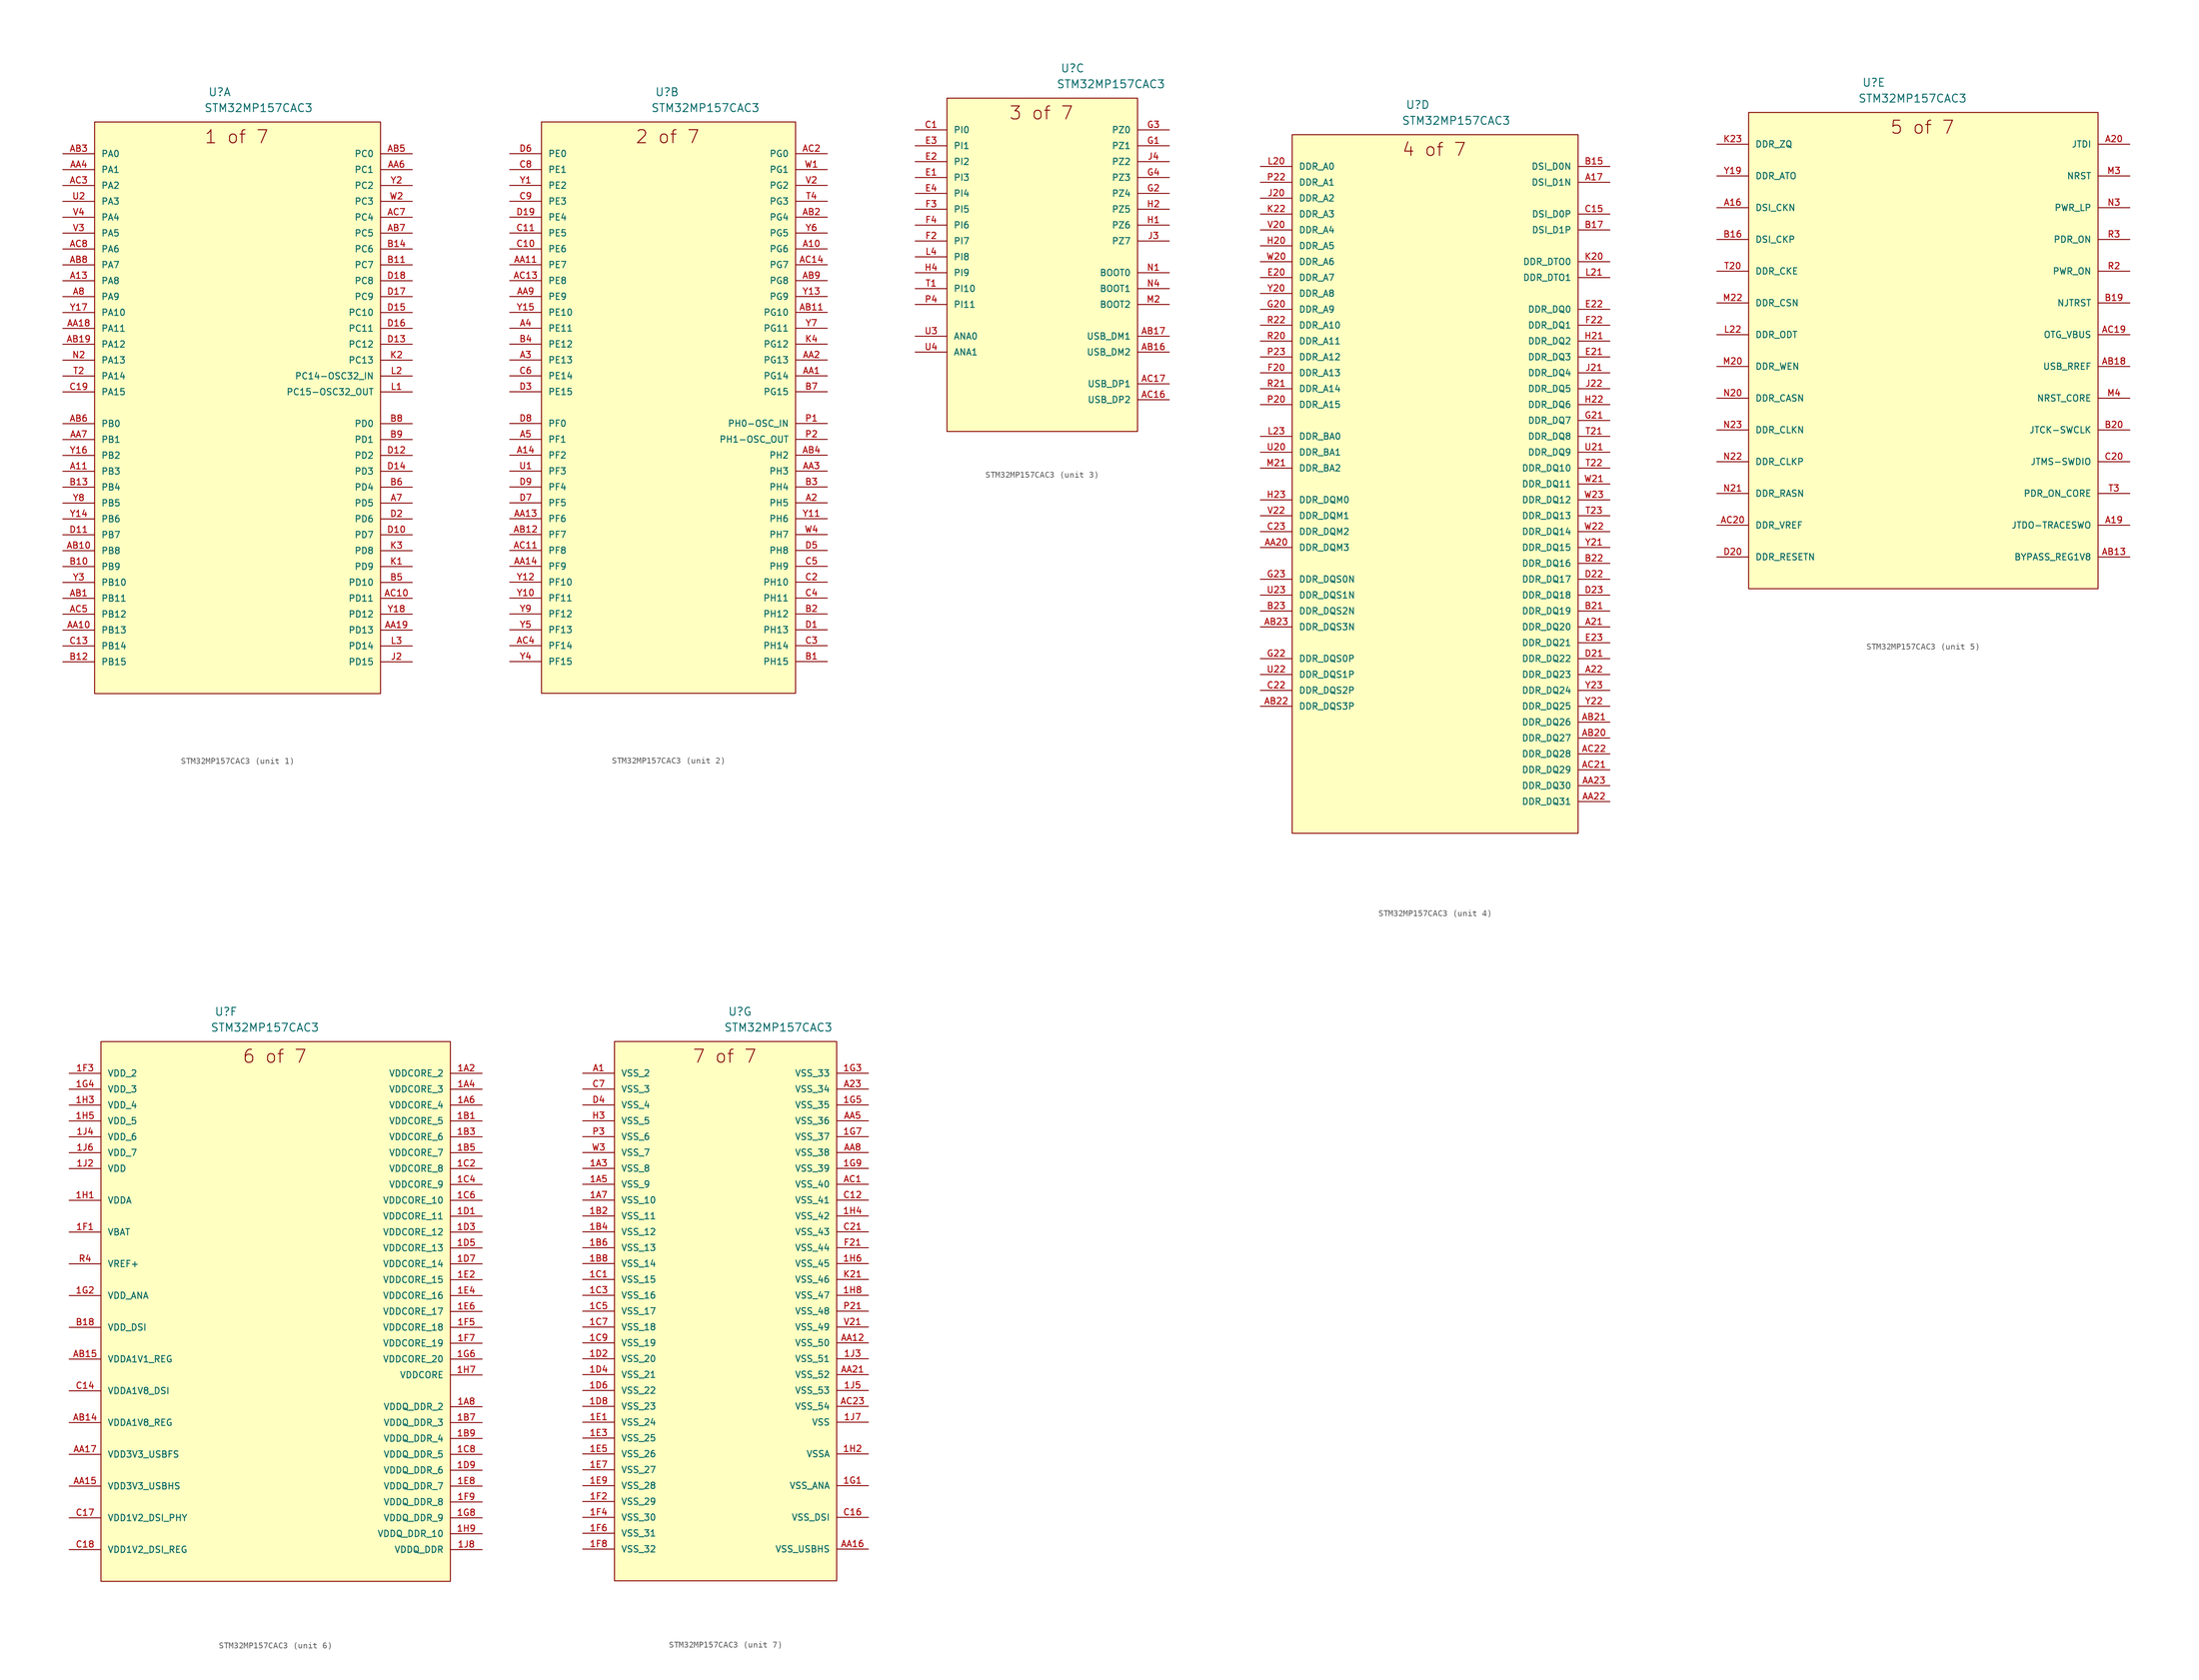
<source format=kicad_sym>
(kicad_symbol_lib
  (version 20211014)
  (generator kicad_symbol_editor)
  (symbol "STM32MP157CAC3"
    (pin_names
      (offset 1.016))
    (property "Reference" "U"
      (at 25.756 9.119 0.0)
      (effects (font (size 1.27 1.27)) (justify bottom left)))
    (property "Value" "STM32MP157CAC3"
      (at 25.121 6.579 0.0)
      (effects (font (size 1.27 1.27)) (justify bottom left)))
    (symbol "STM32MP157CAC3_1_0"
      (text "1 of 7" (at 25.121 1.499 0) (effects (font (size 2.083 2.083)) (justify bottom left)))
      (rectangle (start 7.62 -86.36) (end 53.34 5.08) (stroke (width 0.152)) (fill (type background)))
      (pin bidirectional line (at 2.54 0.0 0) (length 5.08) (name "PA0" (effects (font (size 1.016 1.016)))) (number "AB3" (effects (font (size 1.016 1.016)))))
      (pin bidirectional line (at 2.54 -2.54 0) (length 5.08) (name "PA1" (effects (font (size 1.016 1.016)))) (number "AA4" (effects (font (size 1.016 1.016)))))
      (pin bidirectional line (at 2.54 -5.08 0) (length 5.08) (name "PA2" (effects (font (size 1.016 1.016)))) (number "AC3" (effects (font (size 1.016 1.016)))))
      (pin bidirectional line (at 2.54 -7.62 0) (length 5.08) (name "PA3" (effects (font (size 1.016 1.016)))) (number "U2" (effects (font (size 1.016 1.016)))))
      (pin bidirectional line (at 2.54 -10.16 0) (length 5.08) (name "PA4" (effects (font (size 1.016 1.016)))) (number "V4" (effects (font (size 1.016 1.016)))))
      (pin bidirectional line (at 2.54 -12.7 0) (length 5.08) (name "PA5" (effects (font (size 1.016 1.016)))) (number "V3" (effects (font (size 1.016 1.016)))))
      (pin bidirectional line (at 2.54 -15.24 0) (length 5.08) (name "PA6" (effects (font (size 1.016 1.016)))) (number "AC8" (effects (font (size 1.016 1.016)))))
      (pin bidirectional line (at 2.54 -17.78 0) (length 5.08) (name "PA7" (effects (font (size 1.016 1.016)))) (number "AB8" (effects (font (size 1.016 1.016)))))
      (pin bidirectional line (at 2.54 -20.32 0) (length 5.08) (name "PA8" (effects (font (size 1.016 1.016)))) (number "A13" (effects (font (size 1.016 1.016)))))
      (pin bidirectional line (at 2.54 -22.86 0) (length 5.08) (name "PA9" (effects (font (size 1.016 1.016)))) (number "A8" (effects (font (size 1.016 1.016)))))
      (pin bidirectional line (at 2.54 -25.4 0) (length 5.08) (name "PA10" (effects (font (size 1.016 1.016)))) (number "Y17" (effects (font (size 1.016 1.016)))))
      (pin bidirectional line (at 2.54 -27.94 0) (length 5.08) (name "PA11" (effects (font (size 1.016 1.016)))) (number "AA18" (effects (font (size 1.016 1.016)))))
      (pin bidirectional line (at 2.54 -30.48 0) (length 5.08) (name "PA12" (effects (font (size 1.016 1.016)))) (number "AB19" (effects (font (size 1.016 1.016)))))
      (pin bidirectional line (at 2.54 -33.02 0) (length 5.08) (name "PA13" (effects (font (size 1.016 1.016)))) (number "N2" (effects (font (size 1.016 1.016)))))
      (pin bidirectional line (at 2.54 -35.56 0) (length 5.08) (name "PA14" (effects (font (size 1.016 1.016)))) (number "T2" (effects (font (size 1.016 1.016)))))
      (pin bidirectional line (at 2.54 -38.1 0) (length 5.08) (name "PA15" (effects (font (size 1.016 1.016)))) (number "C19" (effects (font (size 1.016 1.016)))))
      (pin bidirectional line (at 2.54 -43.18 0) (length 5.08) (name "PB0" (effects (font (size 1.016 1.016)))) (number "AB6" (effects (font (size 1.016 1.016)))))
      (pin bidirectional line (at 2.54 -45.72 0) (length 5.08) (name "PB1" (effects (font (size 1.016 1.016)))) (number "AA7" (effects (font (size 1.016 1.016)))))
      (pin bidirectional line (at 2.54 -48.26 0) (length 5.08) (name "PB2" (effects (font (size 1.016 1.016)))) (number "Y16" (effects (font (size 1.016 1.016)))))
      (pin bidirectional line (at 2.54 -50.8 0) (length 5.08) (name "PB3" (effects (font (size 1.016 1.016)))) (number "A11" (effects (font (size 1.016 1.016)))))
      (pin bidirectional line (at 2.54 -53.34 0) (length 5.08) (name "PB4" (effects (font (size 1.016 1.016)))) (number "B13" (effects (font (size 1.016 1.016)))))
      (pin bidirectional line (at 2.54 -55.88 0) (length 5.08) (name "PB5" (effects (font (size 1.016 1.016)))) (number "Y8" (effects (font (size 1.016 1.016)))))
      (pin bidirectional line (at 2.54 -58.42 0) (length 5.08) (name "PB6" (effects (font (size 1.016 1.016)))) (number "Y14" (effects (font (size 1.016 1.016)))))
      (pin bidirectional line (at 2.54 -60.96 0) (length 5.08) (name "PB7" (effects (font (size 1.016 1.016)))) (number "D11" (effects (font (size 1.016 1.016)))))
      (pin bidirectional line (at 2.54 -63.5 0) (length 5.08) (name "PB8" (effects (font (size 1.016 1.016)))) (number "AB10" (effects (font (size 1.016 1.016)))))
      (pin bidirectional line (at 2.54 -66.04 0) (length 5.08) (name "PB9" (effects (font (size 1.016 1.016)))) (number "B10" (effects (font (size 1.016 1.016)))))
      (pin bidirectional line (at 2.54 -68.58 0) (length 5.08) (name "PB10" (effects (font (size 1.016 1.016)))) (number "Y3" (effects (font (size 1.016 1.016)))))
      (pin bidirectional line (at 2.54 -71.12 0) (length 5.08) (name "PB11" (effects (font (size 1.016 1.016)))) (number "AB1" (effects (font (size 1.016 1.016)))))
      (pin bidirectional line (at 2.54 -73.66 0) (length 5.08) (name "PB12" (effects (font (size 1.016 1.016)))) (number "AC5" (effects (font (size 1.016 1.016)))))
      (pin bidirectional line (at 2.54 -76.2 0) (length 5.08) (name "PB13" (effects (font (size 1.016 1.016)))) (number "AA10" (effects (font (size 1.016 1.016)))))
      (pin bidirectional line (at 2.54 -78.74 0) (length 5.08) (name "PB14" (effects (font (size 1.016 1.016)))) (number "C13" (effects (font (size 1.016 1.016)))))
      (pin bidirectional line (at 2.54 -81.28 0) (length 5.08) (name "PB15" (effects (font (size 1.016 1.016)))) (number "B12" (effects (font (size 1.016 1.016)))))
      (pin bidirectional line (at 58.42 0.0 180.0) (length 5.08) (name "PC0" (effects (font (size 1.016 1.016)))) (number "AB5" (effects (font (size 1.016 1.016)))))
      (pin bidirectional line (at 58.42 -2.54 180.0) (length 5.08) (name "PC1" (effects (font (size 1.016 1.016)))) (number "AA6" (effects (font (size 1.016 1.016)))))
      (pin bidirectional line (at 58.42 -5.08 180.0) (length 5.08) (name "PC2" (effects (font (size 1.016 1.016)))) (number "Y2" (effects (font (size 1.016 1.016)))))
      (pin bidirectional line (at 58.42 -7.62 180.0) (length 5.08) (name "PC3" (effects (font (size 1.016 1.016)))) (number "W2" (effects (font (size 1.016 1.016)))))
      (pin bidirectional line (at 58.42 -10.16 180.0) (length 5.08) (name "PC4" (effects (font (size 1.016 1.016)))) (number "AC7" (effects (font (size 1.016 1.016)))))
      (pin bidirectional line (at 58.42 -12.7 180.0) (length 5.08) (name "PC5" (effects (font (size 1.016 1.016)))) (number "AB7" (effects (font (size 1.016 1.016)))))
      (pin bidirectional line (at 58.42 -15.24 180.0) (length 5.08) (name "PC6" (effects (font (size 1.016 1.016)))) (number "B14" (effects (font (size 1.016 1.016)))))
      (pin bidirectional line (at 58.42 -17.78 180.0) (length 5.08) (name "PC7" (effects (font (size 1.016 1.016)))) (number "B11" (effects (font (size 1.016 1.016)))))
      (pin bidirectional line (at 58.42 -20.32 180.0) (length 5.08) (name "PC8" (effects (font (size 1.016 1.016)))) (number "D18" (effects (font (size 1.016 1.016)))))
      (pin bidirectional line (at 58.42 -22.86 180.0) (length 5.08) (name "PC9" (effects (font (size 1.016 1.016)))) (number "D17" (effects (font (size 1.016 1.016)))))
      (pin bidirectional line (at 58.42 -25.4 180.0) (length 5.08) (name "PC10" (effects (font (size 1.016 1.016)))) (number "D15" (effects (font (size 1.016 1.016)))))
      (pin bidirectional line (at 58.42 -27.94 180.0) (length 5.08) (name "PC11" (effects (font (size 1.016 1.016)))) (number "D16" (effects (font (size 1.016 1.016)))))
      (pin bidirectional line (at 58.42 -30.48 180.0) (length 5.08) (name "PC12" (effects (font (size 1.016 1.016)))) (number "D13" (effects (font (size 1.016 1.016)))))
      (pin bidirectional line (at 58.42 -33.02 180.0) (length 5.08) (name "PC13" (effects (font (size 1.016 1.016)))) (number "K2" (effects (font (size 1.016 1.016)))))
      (pin bidirectional line (at 58.42 -35.56 180.0) (length 5.08) (name "PC14-OSC32_IN" (effects (font (size 1.016 1.016)))) (number "L2" (effects (font (size 1.016 1.016)))))
      (pin bidirectional line (at 58.42 -38.1 180.0) (length 5.08) (name "PC15-OSC32_OUT" (effects (font (size 1.016 1.016)))) (number "L1" (effects (font (size 1.016 1.016)))))
      (pin bidirectional line (at 58.42 -43.18 180.0) (length 5.08) (name "PD0" (effects (font (size 1.016 1.016)))) (number "B8" (effects (font (size 1.016 1.016)))))
      (pin bidirectional line (at 58.42 -45.72 180.0) (length 5.08) (name "PD1" (effects (font (size 1.016 1.016)))) (number "B9" (effects (font (size 1.016 1.016)))))
      (pin bidirectional line (at 58.42 -48.26 180.0) (length 5.08) (name "PD2" (effects (font (size 1.016 1.016)))) (number "D12" (effects (font (size 1.016 1.016)))))
      (pin bidirectional line (at 58.42 -50.8 180.0) (length 5.08) (name "PD3" (effects (font (size 1.016 1.016)))) (number "D14" (effects (font (size 1.016 1.016)))))
      (pin bidirectional line (at 58.42 -53.34 180.0) (length 5.08) (name "PD4" (effects (font (size 1.016 1.016)))) (number "B6" (effects (font (size 1.016 1.016)))))
      (pin bidirectional line (at 58.42 -55.88 180.0) (length 5.08) (name "PD5" (effects (font (size 1.016 1.016)))) (number "A7" (effects (font (size 1.016 1.016)))))
      (pin bidirectional line (at 58.42 -58.42 180.0) (length 5.08) (name "PD6" (effects (font (size 1.016 1.016)))) (number "D2" (effects (font (size 1.016 1.016)))))
      (pin bidirectional line (at 58.42 -60.96 180.0) (length 5.08) (name "PD7" (effects (font (size 1.016 1.016)))) (number "D10" (effects (font (size 1.016 1.016)))))
      (pin bidirectional line (at 58.42 -63.5 180.0) (length 5.08) (name "PD8" (effects (font (size 1.016 1.016)))) (number "K3" (effects (font (size 1.016 1.016)))))
      (pin bidirectional line (at 58.42 -66.04 180.0) (length 5.08) (name "PD9" (effects (font (size 1.016 1.016)))) (number "K1" (effects (font (size 1.016 1.016)))))
      (pin bidirectional line (at 58.42 -68.58 180.0) (length 5.08) (name "PD10" (effects (font (size 1.016 1.016)))) (number "B5" (effects (font (size 1.016 1.016)))))
      (pin bidirectional line (at 58.42 -71.12 180.0) (length 5.08) (name "PD11" (effects (font (size 1.016 1.016)))) (number "AC10" (effects (font (size 1.016 1.016)))))
      (pin bidirectional line (at 58.42 -73.66 180.0) (length 5.08) (name "PD12" (effects (font (size 1.016 1.016)))) (number "Y18" (effects (font (size 1.016 1.016)))))
      (pin bidirectional line (at 58.42 -76.2 180.0) (length 5.08) (name "PD13" (effects (font (size 1.016 1.016)))) (number "AA19" (effects (font (size 1.016 1.016)))))
      (pin bidirectional line (at 58.42 -78.74 180.0) (length 5.08) (name "PD14" (effects (font (size 1.016 1.016)))) (number "L3" (effects (font (size 1.016 1.016)))))
      (pin bidirectional line (at 58.42 -81.28 180.0) (length 5.08) (name "PD15" (effects (font (size 1.016 1.016)))) (number "J2" (effects (font (size 1.016 1.016))))))
    (symbol "STM32MP157CAC3_2_0"
      (text "2 of 7" (at 22.581 1.499 0) (effects (font (size 2.083 2.083)) (justify bottom left)))
      (rectangle (start 7.62 -86.36) (end 48.26 5.08) (stroke (width 0.152)) (fill (type background)))
      (pin bidirectional line (at 2.54 0.0 0) (length 5.08) (name "PE0" (effects (font (size 1.016 1.016)))) (number "D6" (effects (font (size 1.016 1.016)))))
      (pin bidirectional line (at 2.54 -2.54 0) (length 5.08) (name "PE1" (effects (font (size 1.016 1.016)))) (number "C8" (effects (font (size 1.016 1.016)))))
      (pin bidirectional line (at 2.54 -5.08 0) (length 5.08) (name "PE2" (effects (font (size 1.016 1.016)))) (number "Y1" (effects (font (size 1.016 1.016)))))
      (pin bidirectional line (at 2.54 -7.62 0) (length 5.08) (name "PE3" (effects (font (size 1.016 1.016)))) (number "C9" (effects (font (size 1.016 1.016)))))
      (pin bidirectional line (at 2.54 -10.16 0) (length 5.08) (name "PE4" (effects (font (size 1.016 1.016)))) (number "D19" (effects (font (size 1.016 1.016)))))
      (pin bidirectional line (at 2.54 -12.7 0) (length 5.08) (name "PE5" (effects (font (size 1.016 1.016)))) (number "C11" (effects (font (size 1.016 1.016)))))
      (pin bidirectional line (at 2.54 -15.24 0) (length 5.08) (name "PE6" (effects (font (size 1.016 1.016)))) (number "C10" (effects (font (size 1.016 1.016)))))
      (pin bidirectional line (at 2.54 -17.78 0) (length 5.08) (name "PE7" (effects (font (size 1.016 1.016)))) (number "AA11" (effects (font (size 1.016 1.016)))))
      (pin bidirectional line (at 2.54 -20.32 0) (length 5.08) (name "PE8" (effects (font (size 1.016 1.016)))) (number "AC13" (effects (font (size 1.016 1.016)))))
      (pin bidirectional line (at 2.54 -22.86 0) (length 5.08) (name "PE9" (effects (font (size 1.016 1.016)))) (number "AA9" (effects (font (size 1.016 1.016)))))
      (pin bidirectional line (at 2.54 -25.4 0) (length 5.08) (name "PE10" (effects (font (size 1.016 1.016)))) (number "Y15" (effects (font (size 1.016 1.016)))))
      (pin bidirectional line (at 2.54 -27.94 0) (length 5.08) (name "PE11" (effects (font (size 1.016 1.016)))) (number "A4" (effects (font (size 1.016 1.016)))))
      (pin bidirectional line (at 2.54 -30.48 0) (length 5.08) (name "PE12" (effects (font (size 1.016 1.016)))) (number "B4" (effects (font (size 1.016 1.016)))))
      (pin bidirectional line (at 2.54 -33.02 0) (length 5.08) (name "PE13" (effects (font (size 1.016 1.016)))) (number "A3" (effects (font (size 1.016 1.016)))))
      (pin bidirectional line (at 2.54 -35.56 0) (length 5.08) (name "PE14" (effects (font (size 1.016 1.016)))) (number "C6" (effects (font (size 1.016 1.016)))))
      (pin bidirectional line (at 2.54 -38.1 0) (length 5.08) (name "PE15" (effects (font (size 1.016 1.016)))) (number "D3" (effects (font (size 1.016 1.016)))))
      (pin bidirectional line (at 2.54 -43.18 0) (length 5.08) (name "PF0" (effects (font (size 1.016 1.016)))) (number "D8" (effects (font (size 1.016 1.016)))))
      (pin bidirectional line (at 2.54 -45.72 0) (length 5.08) (name "PF1" (effects (font (size 1.016 1.016)))) (number "A5" (effects (font (size 1.016 1.016)))))
      (pin bidirectional line (at 2.54 -48.26 0) (length 5.08) (name "PF2" (effects (font (size 1.016 1.016)))) (number "A14" (effects (font (size 1.016 1.016)))))
      (pin bidirectional line (at 2.54 -50.8 0) (length 5.08) (name "PF3" (effects (font (size 1.016 1.016)))) (number "U1" (effects (font (size 1.016 1.016)))))
      (pin bidirectional line (at 2.54 -53.34 0) (length 5.08) (name "PF4" (effects (font (size 1.016 1.016)))) (number "D9" (effects (font (size 1.016 1.016)))))
      (pin bidirectional line (at 2.54 -55.88 0) (length 5.08) (name "PF5" (effects (font (size 1.016 1.016)))) (number "D7" (effects (font (size 1.016 1.016)))))
      (pin bidirectional line (at 2.54 -58.42 0) (length 5.08) (name "PF6" (effects (font (size 1.016 1.016)))) (number "AA13" (effects (font (size 1.016 1.016)))))
      (pin bidirectional line (at 2.54 -60.96 0) (length 5.08) (name "PF7" (effects (font (size 1.016 1.016)))) (number "AB12" (effects (font (size 1.016 1.016)))))
      (pin bidirectional line (at 2.54 -63.5 0) (length 5.08) (name "PF8" (effects (font (size 1.016 1.016)))) (number "AC11" (effects (font (size 1.016 1.016)))))
      (pin bidirectional line (at 2.54 -66.04 0) (length 5.08) (name "PF9" (effects (font (size 1.016 1.016)))) (number "AA14" (effects (font (size 1.016 1.016)))))
      (pin bidirectional line (at 2.54 -68.58 0) (length 5.08) (name "PF10" (effects (font (size 1.016 1.016)))) (number "Y12" (effects (font (size 1.016 1.016)))))
      (pin bidirectional line (at 2.54 -71.12 0) (length 5.08) (name "PF11" (effects (font (size 1.016 1.016)))) (number "Y10" (effects (font (size 1.016 1.016)))))
      (pin bidirectional line (at 2.54 -73.66 0) (length 5.08) (name "PF12" (effects (font (size 1.016 1.016)))) (number "Y9" (effects (font (size 1.016 1.016)))))
      (pin bidirectional line (at 2.54 -76.2 0) (length 5.08) (name "PF13" (effects (font (size 1.016 1.016)))) (number "Y5" (effects (font (size 1.016 1.016)))))
      (pin bidirectional line (at 2.54 -78.74 0) (length 5.08) (name "PF14" (effects (font (size 1.016 1.016)))) (number "AC4" (effects (font (size 1.016 1.016)))))
      (pin bidirectional line (at 2.54 -81.28 0) (length 5.08) (name "PF15" (effects (font (size 1.016 1.016)))) (number "Y4" (effects (font (size 1.016 1.016)))))
      (pin bidirectional line (at 53.34 0.0 180.0) (length 5.08) (name "PG0" (effects (font (size 1.016 1.016)))) (number "AC2" (effects (font (size 1.016 1.016)))))
      (pin bidirectional line (at 53.34 -2.54 180.0) (length 5.08) (name "PG1" (effects (font (size 1.016 1.016)))) (number "W1" (effects (font (size 1.016 1.016)))))
      (pin bidirectional line (at 53.34 -5.08 180.0) (length 5.08) (name "PG2" (effects (font (size 1.016 1.016)))) (number "V2" (effects (font (size 1.016 1.016)))))
      (pin bidirectional line (at 53.34 -7.62 180.0) (length 5.08) (name "PG3" (effects (font (size 1.016 1.016)))) (number "T4" (effects (font (size 1.016 1.016)))))
      (pin bidirectional line (at 53.34 -10.16 180.0) (length 5.08) (name "PG4" (effects (font (size 1.016 1.016)))) (number "AB2" (effects (font (size 1.016 1.016)))))
      (pin bidirectional line (at 53.34 -12.7 180.0) (length 5.08) (name "PG5" (effects (font (size 1.016 1.016)))) (number "Y6" (effects (font (size 1.016 1.016)))))
      (pin bidirectional line (at 53.34 -15.24 180.0) (length 5.08) (name "PG6" (effects (font (size 1.016 1.016)))) (number "A10" (effects (font (size 1.016 1.016)))))
      (pin bidirectional line (at 53.34 -17.78 180.0) (length 5.08) (name "PG7" (effects (font (size 1.016 1.016)))) (number "AC14" (effects (font (size 1.016 1.016)))))
      (pin bidirectional line (at 53.34 -20.32 180.0) (length 5.08) (name "PG8" (effects (font (size 1.016 1.016)))) (number "AB9" (effects (font (size 1.016 1.016)))))
      (pin bidirectional line (at 53.34 -22.86 180.0) (length 5.08) (name "PG9" (effects (font (size 1.016 1.016)))) (number "Y13" (effects (font (size 1.016 1.016)))))
      (pin bidirectional line (at 53.34 -25.4 180.0) (length 5.08) (name "PG10" (effects (font (size 1.016 1.016)))) (number "AB11" (effects (font (size 1.016 1.016)))))
      (pin bidirectional line (at 53.34 -27.94 180.0) (length 5.08) (name "PG11" (effects (font (size 1.016 1.016)))) (number "Y7" (effects (font (size 1.016 1.016)))))
      (pin bidirectional line (at 53.34 -30.48 180.0) (length 5.08) (name "PG12" (effects (font (size 1.016 1.016)))) (number "K4" (effects (font (size 1.016 1.016)))))
      (pin bidirectional line (at 53.34 -33.02 180.0) (length 5.08) (name "PG13" (effects (font (size 1.016 1.016)))) (number "AA2" (effects (font (size 1.016 1.016)))))
      (pin bidirectional line (at 53.34 -35.56 180.0) (length 5.08) (name "PG14" (effects (font (size 1.016 1.016)))) (number "AA1" (effects (font (size 1.016 1.016)))))
      (pin bidirectional line (at 53.34 -38.1 180.0) (length 5.08) (name "PG15" (effects (font (size 1.016 1.016)))) (number "B7" (effects (font (size 1.016 1.016)))))
      (pin bidirectional line (at 53.34 -43.18 180.0) (length 5.08) (name "PH0-OSC_IN" (effects (font (size 1.016 1.016)))) (number "P1" (effects (font (size 1.016 1.016)))))
      (pin bidirectional line (at 53.34 -45.72 180.0) (length 5.08) (name "PH1-OSC_OUT" (effects (font (size 1.016 1.016)))) (number "P2" (effects (font (size 1.016 1.016)))))
      (pin bidirectional line (at 53.34 -48.26 180.0) (length 5.08) (name "PH2" (effects (font (size 1.016 1.016)))) (number "AB4" (effects (font (size 1.016 1.016)))))
      (pin bidirectional line (at 53.34 -50.8 180.0) (length 5.08) (name "PH3" (effects (font (size 1.016 1.016)))) (number "AA3" (effects (font (size 1.016 1.016)))))
      (pin bidirectional line (at 53.34 -53.34 180.0) (length 5.08) (name "PH4" (effects (font (size 1.016 1.016)))) (number "B3" (effects (font (size 1.016 1.016)))))
      (pin bidirectional line (at 53.34 -55.88 180.0) (length 5.08) (name "PH5" (effects (font (size 1.016 1.016)))) (number "A2" (effects (font (size 1.016 1.016)))))
      (pin bidirectional line (at 53.34 -58.42 180.0) (length 5.08) (name "PH6" (effects (font (size 1.016 1.016)))) (number "Y11" (effects (font (size 1.016 1.016)))))
      (pin bidirectional line (at 53.34 -60.96 180.0) (length 5.08) (name "PH7" (effects (font (size 1.016 1.016)))) (number "W4" (effects (font (size 1.016 1.016)))))
      (pin bidirectional line (at 53.34 -63.5 180.0) (length 5.08) (name "PH8" (effects (font (size 1.016 1.016)))) (number "D5" (effects (font (size 1.016 1.016)))))
      (pin bidirectional line (at 53.34 -66.04 180.0) (length 5.08) (name "PH9" (effects (font (size 1.016 1.016)))) (number "C5" (effects (font (size 1.016 1.016)))))
      (pin bidirectional line (at 53.34 -68.58 180.0) (length 5.08) (name "PH10" (effects (font (size 1.016 1.016)))) (number "C2" (effects (font (size 1.016 1.016)))))
      (pin bidirectional line (at 53.34 -71.12 180.0) (length 5.08) (name "PH11" (effects (font (size 1.016 1.016)))) (number "C4" (effects (font (size 1.016 1.016)))))
      (pin bidirectional line (at 53.34 -73.66 180.0) (length 5.08) (name "PH12" (effects (font (size 1.016 1.016)))) (number "B2" (effects (font (size 1.016 1.016)))))
      (pin bidirectional line (at 53.34 -76.2 180.0) (length 5.08) (name "PH13" (effects (font (size 1.016 1.016)))) (number "D1" (effects (font (size 1.016 1.016)))))
      (pin bidirectional line (at 53.34 -78.74 180.0) (length 5.08) (name "PH14" (effects (font (size 1.016 1.016)))) (number "C3" (effects (font (size 1.016 1.016)))))
      (pin bidirectional line (at 53.34 -81.28 180.0) (length 5.08) (name "PH15" (effects (font (size 1.016 1.016)))) (number "B1" (effects (font (size 1.016 1.016))))))
    (symbol "STM32MP157CAC3_3_0"
      (text "3 of 7" (at 17.501 1.499 0) (effects (font (size 2.083 2.083)) (justify bottom left)))
      (rectangle (start 7.62 -48.26) (end 38.1 5.08) (stroke (width 0.152)) (fill (type background)))
      (pin bidirectional line (at 2.54 0.0 0) (length 5.08) (name "PI0" (effects (font (size 1.016 1.016)))) (number "C1" (effects (font (size 1.016 1.016)))))
      (pin bidirectional line (at 2.54 -2.54 0) (length 5.08) (name "PI1" (effects (font (size 1.016 1.016)))) (number "E3" (effects (font (size 1.016 1.016)))))
      (pin bidirectional line (at 2.54 -5.08 0) (length 5.08) (name "PI2" (effects (font (size 1.016 1.016)))) (number "E2" (effects (font (size 1.016 1.016)))))
      (pin bidirectional line (at 2.54 -7.62 0) (length 5.08) (name "PI3" (effects (font (size 1.016 1.016)))) (number "E1" (effects (font (size 1.016 1.016)))))
      (pin bidirectional line (at 2.54 -10.16 0) (length 5.08) (name "PI4" (effects (font (size 1.016 1.016)))) (number "E4" (effects (font (size 1.016 1.016)))))
      (pin bidirectional line (at 2.54 -12.7 0) (length 5.08) (name "PI5" (effects (font (size 1.016 1.016)))) (number "F3" (effects (font (size 1.016 1.016)))))
      (pin bidirectional line (at 2.54 -15.24 0) (length 5.08) (name "PI6" (effects (font (size 1.016 1.016)))) (number "F4" (effects (font (size 1.016 1.016)))))
      (pin bidirectional line (at 2.54 -17.78 0) (length 5.08) (name "PI7" (effects (font (size 1.016 1.016)))) (number "F2" (effects (font (size 1.016 1.016)))))
      (pin bidirectional line (at 2.54 -20.32 0) (length 5.08) (name "PI8" (effects (font (size 1.016 1.016)))) (number "L4" (effects (font (size 1.016 1.016)))))
      (pin bidirectional line (at 2.54 -22.86 0) (length 5.08) (name "PI9" (effects (font (size 1.016 1.016)))) (number "H4" (effects (font (size 1.016 1.016)))))
      (pin bidirectional line (at 2.54 -25.4 0) (length 5.08) (name "PI10" (effects (font (size 1.016 1.016)))) (number "T1" (effects (font (size 1.016 1.016)))))
      (pin bidirectional line (at 2.54 -27.94 0) (length 5.08) (name "PI11" (effects (font (size 1.016 1.016)))) (number "P4" (effects (font (size 1.016 1.016)))))
      (pin passive line (at 2.54 -33.02 0) (length 5.08) (name "ANA0" (effects (font (size 1.016 1.016)))) (number "U3" (effects (font (size 1.016 1.016)))))
      (pin passive line (at 2.54 -35.56 0) (length 5.08) (name "ANA1" (effects (font (size 1.016 1.016)))) (number "U4" (effects (font (size 1.016 1.016)))))
      (pin bidirectional line (at 43.18 0.0 180.0) (length 5.08) (name "PZ0" (effects (font (size 1.016 1.016)))) (number "G3" (effects (font (size 1.016 1.016)))))
      (pin bidirectional line (at 43.18 -2.54 180.0) (length 5.08) (name "PZ1" (effects (font (size 1.016 1.016)))) (number "G1" (effects (font (size 1.016 1.016)))))
      (pin bidirectional line (at 43.18 -5.08 180.0) (length 5.08) (name "PZ2" (effects (font (size 1.016 1.016)))) (number "J4" (effects (font (size 1.016 1.016)))))
      (pin bidirectional line (at 43.18 -7.62 180.0) (length 5.08) (name "PZ3" (effects (font (size 1.016 1.016)))) (number "G4" (effects (font (size 1.016 1.016)))))
      (pin bidirectional line (at 43.18 -10.16 180.0) (length 5.08) (name "PZ4" (effects (font (size 1.016 1.016)))) (number "G2" (effects (font (size 1.016 1.016)))))
      (pin bidirectional line (at 43.18 -12.7 180.0) (length 5.08) (name "PZ5" (effects (font (size 1.016 1.016)))) (number "H2" (effects (font (size 1.016 1.016)))))
      (pin bidirectional line (at 43.18 -15.24 180.0) (length 5.08) (name "PZ6" (effects (font (size 1.016 1.016)))) (number "H1" (effects (font (size 1.016 1.016)))))
      (pin bidirectional line (at 43.18 -17.78 180.0) (length 5.08) (name "PZ7" (effects (font (size 1.016 1.016)))) (number "J3" (effects (font (size 1.016 1.016)))))
      (pin input line (at 43.18 -22.86 180.0) (length 5.08) (name "BOOT0" (effects (font (size 1.016 1.016)))) (number "N1" (effects (font (size 1.016 1.016)))))
      (pin input line (at 43.18 -25.4 180.0) (length 5.08) (name "BOOT1" (effects (font (size 1.016 1.016)))) (number "N4" (effects (font (size 1.016 1.016)))))
      (pin input line (at 43.18 -27.94 180.0) (length 5.08) (name "BOOT2" (effects (font (size 1.016 1.016)))) (number "M2" (effects (font (size 1.016 1.016)))))
      (pin passive line (at 43.18 -33.02 180.0) (length 5.08) (name "USB_DM1" (effects (font (size 1.016 1.016)))) (number "AB17" (effects (font (size 1.016 1.016)))))
      (pin passive line (at 43.18 -35.56 180.0) (length 5.08) (name "USB_DM2" (effects (font (size 1.016 1.016)))) (number "AB16" (effects (font (size 1.016 1.016)))))
      (pin passive line (at 43.18 -40.64 180.0) (length 5.08) (name "USB_DP1" (effects (font (size 1.016 1.016)))) (number "AC17" (effects (font (size 1.016 1.016)))))
      (pin passive line (at 43.18 -43.18 180.0) (length 5.08) (name "USB_DP2" (effects (font (size 1.016 1.016)))) (number "AC16" (effects (font (size 1.016 1.016))))))
    (symbol "STM32MP157CAC3_4_0"
      (text "4 of 7" (at 25.121 1.499 0) (effects (font (size 2.083 2.083)) (justify bottom left)))
      (rectangle (start 7.62 -106.68) (end 53.34 5.08) (stroke (width 0.152)) (fill (type background)))
      (pin output line (at 2.54 0.0 0) (length 5.08) (name "DDR_A0" (effects (font (size 1.016 1.016)))) (number "L20" (effects (font (size 1.016 1.016)))))
      (pin output line (at 2.54 -2.54 0) (length 5.08) (name "DDR_A1" (effects (font (size 1.016 1.016)))) (number "P22" (effects (font (size 1.016 1.016)))))
      (pin output line (at 2.54 -5.08 0) (length 5.08) (name "DDR_A2" (effects (font (size 1.016 1.016)))) (number "J20" (effects (font (size 1.016 1.016)))))
      (pin output line (at 2.54 -7.62 0) (length 5.08) (name "DDR_A3" (effects (font (size 1.016 1.016)))) (number "K22" (effects (font (size 1.016 1.016)))))
      (pin output line (at 2.54 -10.16 0) (length 5.08) (name "DDR_A4" (effects (font (size 1.016 1.016)))) (number "V20" (effects (font (size 1.016 1.016)))))
      (pin output line (at 2.54 -12.7 0) (length 5.08) (name "DDR_A5" (effects (font (size 1.016 1.016)))) (number "H20" (effects (font (size 1.016 1.016)))))
      (pin output line (at 2.54 -15.24 0) (length 5.08) (name "DDR_A6" (effects (font (size 1.016 1.016)))) (number "W20" (effects (font (size 1.016 1.016)))))
      (pin output line (at 2.54 -17.78 0) (length 5.08) (name "DDR_A7" (effects (font (size 1.016 1.016)))) (number "E20" (effects (font (size 1.016 1.016)))))
      (pin output line (at 2.54 -20.32 0) (length 5.08) (name "DDR_A8" (effects (font (size 1.016 1.016)))) (number "Y20" (effects (font (size 1.016 1.016)))))
      (pin output line (at 2.54 -22.86 0) (length 5.08) (name "DDR_A9" (effects (font (size 1.016 1.016)))) (number "G20" (effects (font (size 1.016 1.016)))))
      (pin output line (at 2.54 -25.4 0) (length 5.08) (name "DDR_A10" (effects (font (size 1.016 1.016)))) (number "R22" (effects (font (size 1.016 1.016)))))
      (pin output line (at 2.54 -27.94 0) (length 5.08) (name "DDR_A11" (effects (font (size 1.016 1.016)))) (number "R20" (effects (font (size 1.016 1.016)))))
      (pin output line (at 2.54 -30.48 0) (length 5.08) (name "DDR_A12" (effects (font (size 1.016 1.016)))) (number "P23" (effects (font (size 1.016 1.016)))))
      (pin output line (at 2.54 -33.02 0) (length 5.08) (name "DDR_A13" (effects (font (size 1.016 1.016)))) (number "F20" (effects (font (size 1.016 1.016)))))
      (pin output line (at 2.54 -35.56 0) (length 5.08) (name "DDR_A14" (effects (font (size 1.016 1.016)))) (number "R21" (effects (font (size 1.016 1.016)))))
      (pin output line (at 2.54 -38.1 0) (length 5.08) (name "DDR_A15" (effects (font (size 1.016 1.016)))) (number "P20" (effects (font (size 1.016 1.016)))))
      (pin output line (at 2.54 -43.18 0) (length 5.08) (name "DDR_BA0" (effects (font (size 1.016 1.016)))) (number "L23" (effects (font (size 1.016 1.016)))))
      (pin output line (at 2.54 -45.72 0) (length 5.08) (name "DDR_BA1" (effects (font (size 1.016 1.016)))) (number "U20" (effects (font (size 1.016 1.016)))))
      (pin output line (at 2.54 -48.26 0) (length 5.08) (name "DDR_BA2" (effects (font (size 1.016 1.016)))) (number "M21" (effects (font (size 1.016 1.016)))))
      (pin output line (at 2.54 -53.34 0) (length 5.08) (name "DDR_DQM0" (effects (font (size 1.016 1.016)))) (number "H23" (effects (font (size 1.016 1.016)))))
      (pin output line (at 2.54 -55.88 0) (length 5.08) (name "DDR_DQM1" (effects (font (size 1.016 1.016)))) (number "V22" (effects (font (size 1.016 1.016)))))
      (pin output line (at 2.54 -58.42 0) (length 5.08) (name "DDR_DQM2" (effects (font (size 1.016 1.016)))) (number "C23" (effects (font (size 1.016 1.016)))))
      (pin output line (at 2.54 -60.96 0) (length 5.08) (name "DDR_DQM3" (effects (font (size 1.016 1.016)))) (number "AA20" (effects (font (size 1.016 1.016)))))
      (pin bidirectional line (at 2.54 -66.04 0) (length 5.08) (name "DDR_DQS0N" (effects (font (size 1.016 1.016)))) (number "G23" (effects (font (size 1.016 1.016)))))
      (pin bidirectional line (at 2.54 -68.58 0) (length 5.08) (name "DDR_DQS1N" (effects (font (size 1.016 1.016)))) (number "U23" (effects (font (size 1.016 1.016)))))
      (pin bidirectional line (at 2.54 -71.12 0) (length 5.08) (name "DDR_DQS2N" (effects (font (size 1.016 1.016)))) (number "B23" (effects (font (size 1.016 1.016)))))
      (pin bidirectional line (at 2.54 -73.66 0) (length 5.08) (name "DDR_DQS3N" (effects (font (size 1.016 1.016)))) (number "AB23" (effects (font (size 1.016 1.016)))))
      (pin bidirectional line (at 2.54 -78.74 0) (length 5.08) (name "DDR_DQS0P" (effects (font (size 1.016 1.016)))) (number "G22" (effects (font (size 1.016 1.016)))))
      (pin bidirectional line (at 2.54 -81.28 0) (length 5.08) (name "DDR_DQS1P" (effects (font (size 1.016 1.016)))) (number "U22" (effects (font (size 1.016 1.016)))))
      (pin bidirectional line (at 2.54 -83.82 0) (length 5.08) (name "DDR_DQS2P" (effects (font (size 1.016 1.016)))) (number "C22" (effects (font (size 1.016 1.016)))))
      (pin bidirectional line (at 2.54 -86.36 0) (length 5.08) (name "DDR_DQS3P" (effects (font (size 1.016 1.016)))) (number "AB22" (effects (font (size 1.016 1.016)))))
      (pin passive line (at 58.42 0.0 180.0) (length 5.08) (name "DSI_D0N" (effects (font (size 1.016 1.016)))) (number "B15" (effects (font (size 1.016 1.016)))))
      (pin passive line (at 58.42 -2.54 180.0) (length 5.08) (name "DSI_D1N" (effects (font (size 1.016 1.016)))) (number "A17" (effects (font (size 1.016 1.016)))))
      (pin passive line (at 58.42 -7.62 180.0) (length 5.08) (name "DSI_D0P" (effects (font (size 1.016 1.016)))) (number "C15" (effects (font (size 1.016 1.016)))))
      (pin passive line (at 58.42 -10.16 180.0) (length 5.08) (name "DSI_D1P" (effects (font (size 1.016 1.016)))) (number "B17" (effects (font (size 1.016 1.016)))))
      (pin output line (at 58.42 -15.24 180.0) (length 5.08) (name "DDR_DTO0" (effects (font (size 1.016 1.016)))) (number "K20" (effects (font (size 1.016 1.016)))))
      (pin output line (at 58.42 -17.78 180.0) (length 5.08) (name "DDR_DTO1" (effects (font (size 1.016 1.016)))) (number "L21" (effects (font (size 1.016 1.016)))))
      (pin bidirectional line (at 58.42 -22.86 180.0) (length 5.08) (name "DDR_DQ0" (effects (font (size 1.016 1.016)))) (number "E22" (effects (font (size 1.016 1.016)))))
      (pin bidirectional line (at 58.42 -25.4 180.0) (length 5.08) (name "DDR_DQ1" (effects (font (size 1.016 1.016)))) (number "F22" (effects (font (size 1.016 1.016)))))
      (pin bidirectional line (at 58.42 -27.94 180.0) (length 5.08) (name "DDR_DQ2" (effects (font (size 1.016 1.016)))) (number "H21" (effects (font (size 1.016 1.016)))))
      (pin bidirectional line (at 58.42 -30.48 180.0) (length 5.08) (name "DDR_DQ3" (effects (font (size 1.016 1.016)))) (number "E21" (effects (font (size 1.016 1.016)))))
      (pin bidirectional line (at 58.42 -33.02 180.0) (length 5.08) (name "DDR_DQ4" (effects (font (size 1.016 1.016)))) (number "J21" (effects (font (size 1.016 1.016)))))
      (pin bidirectional line (at 58.42 -35.56 180.0) (length 5.08) (name "DDR_DQ5" (effects (font (size 1.016 1.016)))) (number "J22" (effects (font (size 1.016 1.016)))))
      (pin bidirectional line (at 58.42 -38.1 180.0) (length 5.08) (name "DDR_DQ6" (effects (font (size 1.016 1.016)))) (number "H22" (effects (font (size 1.016 1.016)))))
      (pin bidirectional line (at 58.42 -40.64 180.0) (length 5.08) (name "DDR_DQ7" (effects (font (size 1.016 1.016)))) (number "G21" (effects (font (size 1.016 1.016)))))
      (pin bidirectional line (at 58.42 -43.18 180.0) (length 5.08) (name "DDR_DQ8" (effects (font (size 1.016 1.016)))) (number "T21" (effects (font (size 1.016 1.016)))))
      (pin bidirectional line (at 58.42 -45.72 180.0) (length 5.08) (name "DDR_DQ9" (effects (font (size 1.016 1.016)))) (number "U21" (effects (font (size 1.016 1.016)))))
      (pin bidirectional line (at 58.42 -48.26 180.0) (length 5.08) (name "DDR_DQ10" (effects (font (size 1.016 1.016)))) (number "T22" (effects (font (size 1.016 1.016)))))
      (pin bidirectional line (at 58.42 -50.8 180.0) (length 5.08) (name "DDR_DQ11" (effects (font (size 1.016 1.016)))) (number "W21" (effects (font (size 1.016 1.016)))))
      (pin bidirectional line (at 58.42 -53.34 180.0) (length 5.08) (name "DDR_DQ12" (effects (font (size 1.016 1.016)))) (number "W23" (effects (font (size 1.016 1.016)))))
      (pin bidirectional line (at 58.42 -55.88 180.0) (length 5.08) (name "DDR_DQ13" (effects (font (size 1.016 1.016)))) (number "T23" (effects (font (size 1.016 1.016)))))
      (pin bidirectional line (at 58.42 -58.42 180.0) (length 5.08) (name "DDR_DQ14" (effects (font (size 1.016 1.016)))) (number "W22" (effects (font (size 1.016 1.016)))))
      (pin bidirectional line (at 58.42 -60.96 180.0) (length 5.08) (name "DDR_DQ15" (effects (font (size 1.016 1.016)))) (number "Y21" (effects (font (size 1.016 1.016)))))
      (pin bidirectional line (at 58.42 -63.5 180.0) (length 5.08) (name "DDR_DQ16" (effects (font (size 1.016 1.016)))) (number "B22" (effects (font (size 1.016 1.016)))))
      (pin bidirectional line (at 58.42 -66.04 180.0) (length 5.08) (name "DDR_DQ17" (effects (font (size 1.016 1.016)))) (number "D22" (effects (font (size 1.016 1.016)))))
      (pin bidirectional line (at 58.42 -68.58 180.0) (length 5.08) (name "DDR_DQ18" (effects (font (size 1.016 1.016)))) (number "D23" (effects (font (size 1.016 1.016)))))
      (pin bidirectional line (at 58.42 -71.12 180.0) (length 5.08) (name "DDR_DQ19" (effects (font (size 1.016 1.016)))) (number "B21" (effects (font (size 1.016 1.016)))))
      (pin bidirectional line (at 58.42 -73.66 180.0) (length 5.08) (name "DDR_DQ20" (effects (font (size 1.016 1.016)))) (number "A21" (effects (font (size 1.016 1.016)))))
      (pin bidirectional line (at 58.42 -76.2 180.0) (length 5.08) (name "DDR_DQ21" (effects (font (size 1.016 1.016)))) (number "E23" (effects (font (size 1.016 1.016)))))
      (pin bidirectional line (at 58.42 -78.74 180.0) (length 5.08) (name "DDR_DQ22" (effects (font (size 1.016 1.016)))) (number "D21" (effects (font (size 1.016 1.016)))))
      (pin bidirectional line (at 58.42 -81.28 180.0) (length 5.08) (name "DDR_DQ23" (effects (font (size 1.016 1.016)))) (number "A22" (effects (font (size 1.016 1.016)))))
      (pin bidirectional line (at 58.42 -83.82 180.0) (length 5.08) (name "DDR_DQ24" (effects (font (size 1.016 1.016)))) (number "Y23" (effects (font (size 1.016 1.016)))))
      (pin bidirectional line (at 58.42 -86.36 180.0) (length 5.08) (name "DDR_DQ25" (effects (font (size 1.016 1.016)))) (number "Y22" (effects (font (size 1.016 1.016)))))
      (pin bidirectional line (at 58.42 -88.9 180.0) (length 5.08) (name "DDR_DQ26" (effects (font (size 1.016 1.016)))) (number "AB21" (effects (font (size 1.016 1.016)))))
      (pin bidirectional line (at 58.42 -91.44 180.0) (length 5.08) (name "DDR_DQ27" (effects (font (size 1.016 1.016)))) (number "AB20" (effects (font (size 1.016 1.016)))))
      (pin bidirectional line (at 58.42 -93.98 180.0) (length 5.08) (name "DDR_DQ28" (effects (font (size 1.016 1.016)))) (number "AC22" (effects (font (size 1.016 1.016)))))
      (pin bidirectional line (at 58.42 -96.52 180.0) (length 5.08) (name "DDR_DQ29" (effects (font (size 1.016 1.016)))) (number "AC21" (effects (font (size 1.016 1.016)))))
      (pin bidirectional line (at 58.42 -99.06 180.0) (length 5.08) (name "DDR_DQ30" (effects (font (size 1.016 1.016)))) (number "AA23" (effects (font (size 1.016 1.016)))))
      (pin bidirectional line (at 58.42 -101.6 180.0) (length 5.08) (name "DDR_DQ31" (effects (font (size 1.016 1.016)))) (number "AA22" (effects (font (size 1.016 1.016))))))
    (symbol "STM32MP157CAC3_5_0"
      (text "5 of 7" (at 30.201 1.499 0) (effects (font (size 2.083 2.083)) (justify bottom left)))
      (rectangle (start 7.62 -71.12) (end 63.5 5.08) (stroke (width 0.152)) (fill (type background)))
      (pin passive line (at 2.54 0.0 0) (length 5.08) (name "DDR_ZQ" (effects (font (size 1.016 1.016)))) (number "K23" (effects (font (size 1.016 1.016)))))
      (pin passive line (at 2.54 -5.08 0) (length 5.08) (name "DDR_ATO" (effects (font (size 1.016 1.016)))) (number "Y19" (effects (font (size 1.016 1.016)))))
      (pin passive line (at 2.54 -10.16 0) (length 5.08) (name "DSI_CKN" (effects (font (size 1.016 1.016)))) (number "A16" (effects (font (size 1.016 1.016)))))
      (pin passive line (at 2.54 -15.24 0) (length 5.08) (name "DSI_CKP" (effects (font (size 1.016 1.016)))) (number "B16" (effects (font (size 1.016 1.016)))))
      (pin output line (at 2.54 -20.32 0) (length 5.08) (name "DDR_CKE" (effects (font (size 1.016 1.016)))) (number "T20" (effects (font (size 1.016 1.016)))))
      (pin output line (at 2.54 -25.4 0) (length 5.08) (name "DDR_CSN" (effects (font (size 1.016 1.016)))) (number "M22" (effects (font (size 1.016 1.016)))))
      (pin output line (at 2.54 -30.48 0) (length 5.08) (name "DDR_ODT" (effects (font (size 1.016 1.016)))) (number "L22" (effects (font (size 1.016 1.016)))))
      (pin output line (at 2.54 -35.56 0) (length 5.08) (name "DDR_WEN" (effects (font (size 1.016 1.016)))) (number "M20" (effects (font (size 1.016 1.016)))))
      (pin output line (at 2.54 -40.64 0) (length 5.08) (name "DDR_CASN" (effects (font (size 1.016 1.016)))) (number "N20" (effects (font (size 1.016 1.016)))))
      (pin output line (at 2.54 -45.72 0) (length 5.08) (name "DDR_CLKN" (effects (font (size 1.016 1.016)))) (number "N23" (effects (font (size 1.016 1.016)))))
      (pin output line (at 2.54 -50.8 0) (length 5.08) (name "DDR_CLKP" (effects (font (size 1.016 1.016)))) (number "N22" (effects (font (size 1.016 1.016)))))
      (pin output line (at 2.54 -55.88 0) (length 5.08) (name "DDR_RASN" (effects (font (size 1.016 1.016)))) (number "N21" (effects (font (size 1.016 1.016)))))
      (pin passive line (at 2.54 -60.96 0) (length 5.08) (name "DDR_VREF" (effects (font (size 1.016 1.016)))) (number "AC20" (effects (font (size 1.016 1.016)))))
      (pin output line (at 2.54 -66.04 0) (length 5.08) (name "DDR_RESETN" (effects (font (size 1.016 1.016)))) (number "D20" (effects (font (size 1.016 1.016)))))
      (pin input line (at 68.58 0.0 180.0) (length 5.08) (name "JTDI" (effects (font (size 1.016 1.016)))) (number "A20" (effects (font (size 1.016 1.016)))))
      (pin bidirectional line (at 68.58 -5.08 180.0) (length 5.08) (name "NRST" (effects (font (size 1.016 1.016)))) (number "M3" (effects (font (size 1.016 1.016)))))
      (pin output line (at 68.58 -10.16 180.0) (length 5.08) (name "PWR_LP" (effects (font (size 1.016 1.016)))) (number "N3" (effects (font (size 1.016 1.016)))))
      (pin input line (at 68.58 -15.24 180.0) (length 5.08) (name "PDR_ON" (effects (font (size 1.016 1.016)))) (number "R3" (effects (font (size 1.016 1.016)))))
      (pin output line (at 68.58 -20.32 180.0) (length 5.08) (name "PWR_ON" (effects (font (size 1.016 1.016)))) (number "R2" (effects (font (size 1.016 1.016)))))
      (pin input line (at 68.58 -25.4 180.0) (length 5.08) (name "NJTRST" (effects (font (size 1.016 1.016)))) (number "B19" (effects (font (size 1.016 1.016)))))
      (pin passive line (at 68.58 -30.48 180.0) (length 5.08) (name "OTG_VBUS" (effects (font (size 1.016 1.016)))) (number "AC19" (effects (font (size 1.016 1.016)))))
      (pin passive line (at 68.58 -35.56 180.0) (length 5.08) (name "USB_RREF" (effects (font (size 1.016 1.016)))) (number "AB18" (effects (font (size 1.016 1.016)))))
      (pin input line (at 68.58 -40.64 180.0) (length 5.08) (name "NRST_CORE" (effects (font (size 1.016 1.016)))) (number "M4" (effects (font (size 1.016 1.016)))))
      (pin input line (at 68.58 -45.72 180.0) (length 5.08) (name "JTCK-SWCLK" (effects (font (size 1.016 1.016)))) (number "B20" (effects (font (size 1.016 1.016)))))
      (pin bidirectional line (at 68.58 -50.8 180.0) (length 5.08) (name "JTMS-SWDIO" (effects (font (size 1.016 1.016)))) (number "C20" (effects (font (size 1.016 1.016)))))
      (pin input line (at 68.58 -55.88 180.0) (length 5.08) (name "PDR_ON_CORE" (effects (font (size 1.016 1.016)))) (number "T3" (effects (font (size 1.016 1.016)))))
      (pin output line (at 68.58 -60.96 180.0) (length 5.08) (name "JTDO-TRACESWO" (effects (font (size 1.016 1.016)))) (number "A19" (effects (font (size 1.016 1.016)))))
      (pin passive line (at 68.58 -66.04 180.0) (length 5.08) (name "BYPASS_REG1V8" (effects (font (size 1.016 1.016)))) (number "AB13" (effects (font (size 1.016 1.016))))))
    (symbol "STM32MP157CAC3_6_0"
      (text "6 of 7" (at 30.201 1.499 0) (effects (font (size 2.083 2.083)) (justify bottom left)))
      (rectangle (start 7.62 -81.28) (end 63.5 5.08) (stroke (width 0.152)) (fill (type background)))
      (pin power_in line (at 2.54 0.0 0) (length 5.08) (name "VDD_2" (effects (font (size 1.016 1.016)))) (number "1F3" (effects (font (size 1.016 1.016)))))
      (pin power_in line (at 2.54 -2.54 0) (length 5.08) (name "VDD_3" (effects (font (size 1.016 1.016)))) (number "1G4" (effects (font (size 1.016 1.016)))))
      (pin power_in line (at 2.54 -5.08 0) (length 5.08) (name "VDD_4" (effects (font (size 1.016 1.016)))) (number "1H3" (effects (font (size 1.016 1.016)))))
      (pin power_in line (at 2.54 -7.62 0) (length 5.08) (name "VDD_5" (effects (font (size 1.016 1.016)))) (number "1H5" (effects (font (size 1.016 1.016)))))
      (pin power_in line (at 2.54 -10.16 0) (length 5.08) (name "VDD_6" (effects (font (size 1.016 1.016)))) (number "1J4" (effects (font (size 1.016 1.016)))))
      (pin power_in line (at 2.54 -12.7 0) (length 5.08) (name "VDD_7" (effects (font (size 1.016 1.016)))) (number "1J6" (effects (font (size 1.016 1.016)))))
      (pin power_in line (at 2.54 -15.24 0) (length 5.08) (name "VDD" (effects (font (size 1.016 1.016)))) (number "1J2" (effects (font (size 1.016 1.016)))))
      (pin power_in line (at 2.54 -20.32 0) (length 5.08) (name "VDDA" (effects (font (size 1.016 1.016)))) (number "1H1" (effects (font (size 1.016 1.016)))))
      (pin power_in line (at 2.54 -25.4 0) (length 5.08) (name "VBAT" (effects (font (size 1.016 1.016)))) (number "1F1" (effects (font (size 1.016 1.016)))))
      (pin power_in line (at 2.54 -30.48 0) (length 5.08) (name "VREF+" (effects (font (size 1.016 1.016)))) (number "R4" (effects (font (size 1.016 1.016)))))
      (pin power_in line (at 2.54 -35.56 0) (length 5.08) (name "VDD_ANA" (effects (font (size 1.016 1.016)))) (number "1G2" (effects (font (size 1.016 1.016)))))
      (pin power_in line (at 2.54 -40.64 0) (length 5.08) (name "VDD_DSI" (effects (font (size 1.016 1.016)))) (number "B18" (effects (font (size 1.016 1.016)))))
      (pin power_in line (at 2.54 -45.72 0) (length 5.08) (name "VDDA1V1_REG" (effects (font (size 1.016 1.016)))) (number "AB15" (effects (font (size 1.016 1.016)))))
      (pin power_in line (at 2.54 -50.8 0) (length 5.08) (name "VDDA1V8_DSI" (effects (font (size 1.016 1.016)))) (number "C14" (effects (font (size 1.016 1.016)))))
      (pin power_in line (at 2.54 -55.88 0) (length 5.08) (name "VDDA1V8_REG" (effects (font (size 1.016 1.016)))) (number "AB14" (effects (font (size 1.016 1.016)))))
      (pin power_in line (at 2.54 -60.96 0) (length 5.08) (name "VDD3V3_USBFS" (effects (font (size 1.016 1.016)))) (number "AA17" (effects (font (size 1.016 1.016)))))
      (pin power_in line (at 2.54 -66.04 0) (length 5.08) (name "VDD3V3_USBHS" (effects (font (size 1.016 1.016)))) (number "AA15" (effects (font (size 1.016 1.016)))))
      (pin power_in line (at 2.54 -71.12 0) (length 5.08) (name "VDD1V2_DSI_PHY" (effects (font (size 1.016 1.016)))) (number "C17" (effects (font (size 1.016 1.016)))))
      (pin power_in line (at 2.54 -76.2 0) (length 5.08) (name "VDD1V2_DSI_REG" (effects (font (size 1.016 1.016)))) (number "C18" (effects (font (size 1.016 1.016)))))
      (pin power_in line (at 68.58 0.0 180.0) (length 5.08) (name "VDDCORE_2" (effects (font (size 1.016 1.016)))) (number "1A2" (effects (font (size 1.016 1.016)))))
      (pin power_in line (at 68.58 -2.54 180.0) (length 5.08) (name "VDDCORE_3" (effects (font (size 1.016 1.016)))) (number "1A4" (effects (font (size 1.016 1.016)))))
      (pin power_in line (at 68.58 -5.08 180.0) (length 5.08) (name "VDDCORE_4" (effects (font (size 1.016 1.016)))) (number "1A6" (effects (font (size 1.016 1.016)))))
      (pin power_in line (at 68.58 -7.62 180.0) (length 5.08) (name "VDDCORE_5" (effects (font (size 1.016 1.016)))) (number "1B1" (effects (font (size 1.016 1.016)))))
      (pin power_in line (at 68.58 -10.16 180.0) (length 5.08) (name "VDDCORE_6" (effects (font (size 1.016 1.016)))) (number "1B3" (effects (font (size 1.016 1.016)))))
      (pin power_in line (at 68.58 -12.7 180.0) (length 5.08) (name "VDDCORE_7" (effects (font (size 1.016 1.016)))) (number "1B5" (effects (font (size 1.016 1.016)))))
      (pin power_in line (at 68.58 -15.24 180.0) (length 5.08) (name "VDDCORE_8" (effects (font (size 1.016 1.016)))) (number "1C2" (effects (font (size 1.016 1.016)))))
      (pin power_in line (at 68.58 -17.78 180.0) (length 5.08) (name "VDDCORE_9" (effects (font (size 1.016 1.016)))) (number "1C4" (effects (font (size 1.016 1.016)))))
      (pin power_in line (at 68.58 -20.32 180.0) (length 5.08) (name "VDDCORE_10" (effects (font (size 1.016 1.016)))) (number "1C6" (effects (font (size 1.016 1.016)))))
      (pin power_in line (at 68.58 -22.86 180.0) (length 5.08) (name "VDDCORE_11" (effects (font (size 1.016 1.016)))) (number "1D1" (effects (font (size 1.016 1.016)))))
      (pin power_in line (at 68.58 -25.4 180.0) (length 5.08) (name "VDDCORE_12" (effects (font (size 1.016 1.016)))) (number "1D3" (effects (font (size 1.016 1.016)))))
      (pin power_in line (at 68.58 -27.94 180.0) (length 5.08) (name "VDDCORE_13" (effects (font (size 1.016 1.016)))) (number "1D5" (effects (font (size 1.016 1.016)))))
      (pin power_in line (at 68.58 -30.48 180.0) (length 5.08) (name "VDDCORE_14" (effects (font (size 1.016 1.016)))) (number "1D7" (effects (font (size 1.016 1.016)))))
      (pin power_in line (at 68.58 -33.02 180.0) (length 5.08) (name "VDDCORE_15" (effects (font (size 1.016 1.016)))) (number "1E2" (effects (font (size 1.016 1.016)))))
      (pin power_in line (at 68.58 -35.56 180.0) (length 5.08) (name "VDDCORE_16" (effects (font (size 1.016 1.016)))) (number "1E4" (effects (font (size 1.016 1.016)))))
      (pin power_in line (at 68.58 -38.1 180.0) (length 5.08) (name "VDDCORE_17" (effects (font (size 1.016 1.016)))) (number "1E6" (effects (font (size 1.016 1.016)))))
      (pin power_in line (at 68.58 -40.64 180.0) (length 5.08) (name "VDDCORE_18" (effects (font (size 1.016 1.016)))) (number "1F5" (effects (font (size 1.016 1.016)))))
      (pin power_in line (at 68.58 -43.18 180.0) (length 5.08) (name "VDDCORE_19" (effects (font (size 1.016 1.016)))) (number "1F7" (effects (font (size 1.016 1.016)))))
      (pin power_in line (at 68.58 -45.72 180.0) (length 5.08) (name "VDDCORE_20" (effects (font (size 1.016 1.016)))) (number "1G6" (effects (font (size 1.016 1.016)))))
      (pin power_in line (at 68.58 -48.26 180.0) (length 5.08) (name "VDDCORE" (effects (font (size 1.016 1.016)))) (number "1H7" (effects (font (size 1.016 1.016)))))
      (pin power_in line (at 68.58 -53.34 180.0) (length 5.08) (name "VDDQ_DDR_2" (effects (font (size 1.016 1.016)))) (number "1A8" (effects (font (size 1.016 1.016)))))
      (pin power_in line (at 68.58 -55.88 180.0) (length 5.08) (name "VDDQ_DDR_3" (effects (font (size 1.016 1.016)))) (number "1B7" (effects (font (size 1.016 1.016)))))
      (pin power_in line (at 68.58 -58.42 180.0) (length 5.08) (name "VDDQ_DDR_4" (effects (font (size 1.016 1.016)))) (number "1B9" (effects (font (size 1.016 1.016)))))
      (pin power_in line (at 68.58 -60.96 180.0) (length 5.08) (name "VDDQ_DDR_5" (effects (font (size 1.016 1.016)))) (number "1C8" (effects (font (size 1.016 1.016)))))
      (pin power_in line (at 68.58 -63.5 180.0) (length 5.08) (name "VDDQ_DDR_6" (effects (font (size 1.016 1.016)))) (number "1D9" (effects (font (size 1.016 1.016)))))
      (pin power_in line (at 68.58 -66.04 180.0) (length 5.08) (name "VDDQ_DDR_7" (effects (font (size 1.016 1.016)))) (number "1E8" (effects (font (size 1.016 1.016)))))
      (pin power_in line (at 68.58 -68.58 180.0) (length 5.08) (name "VDDQ_DDR_8" (effects (font (size 1.016 1.016)))) (number "1F9" (effects (font (size 1.016 1.016)))))
      (pin power_in line (at 68.58 -71.12 180.0) (length 5.08) (name "VDDQ_DDR_9" (effects (font (size 1.016 1.016)))) (number "1G8" (effects (font (size 1.016 1.016)))))
      (pin power_in line (at 68.58 -73.66 180.0) (length 5.08) (name "VDDQ_DDR_10" (effects (font (size 1.016 1.016)))) (number "1H9" (effects (font (size 1.016 1.016)))))
      (pin power_in line (at 68.58 -76.2 180.0) (length 5.08) (name "VDDQ_DDR" (effects (font (size 1.016 1.016)))) (number "1J8" (effects (font (size 1.016 1.016))))))
    (symbol "STM32MP157CAC3_7_0"
      (text "7 of 7" (at 20.041 1.499 0) (effects (font (size 2.083 2.083)) (justify bottom left)))
      (rectangle (start 7.62 -81.28) (end 43.18 5.08) (stroke (width 0.152)) (fill (type background)))
      (pin power_in line (at 2.54 0.0 0) (length 5.08) (name "VSS_2" (effects (font (size 1.016 1.016)))) (number "A1" (effects (font (size 1.016 1.016)))))
      (pin power_in line (at 2.54 -2.54 0) (length 5.08) (name "VSS_3" (effects (font (size 1.016 1.016)))) (number "C7" (effects (font (size 1.016 1.016)))))
      (pin power_in line (at 2.54 -5.08 0) (length 5.08) (name "VSS_4" (effects (font (size 1.016 1.016)))) (number "D4" (effects (font (size 1.016 1.016)))))
      (pin power_in line (at 2.54 -7.62 0) (length 5.08) (name "VSS_5" (effects (font (size 1.016 1.016)))) (number "H3" (effects (font (size 1.016 1.016)))))
      (pin power_in line (at 2.54 -10.16 0) (length 5.08) (name "VSS_6" (effects (font (size 1.016 1.016)))) (number "P3" (effects (font (size 1.016 1.016)))))
      (pin power_in line (at 2.54 -12.7 0) (length 5.08) (name "VSS_7" (effects (font (size 1.016 1.016)))) (number "W3" (effects (font (size 1.016 1.016)))))
      (pin power_in line (at 2.54 -15.24 0) (length 5.08) (name "VSS_8" (effects (font (size 1.016 1.016)))) (number "1A3" (effects (font (size 1.016 1.016)))))
      (pin power_in line (at 2.54 -17.78 0) (length 5.08) (name "VSS_9" (effects (font (size 1.016 1.016)))) (number "1A5" (effects (font (size 1.016 1.016)))))
      (pin power_in line (at 2.54 -20.32 0) (length 5.08) (name "VSS_10" (effects (font (size 1.016 1.016)))) (number "1A7" (effects (font (size 1.016 1.016)))))
      (pin power_in line (at 2.54 -22.86 0) (length 5.08) (name "VSS_11" (effects (font (size 1.016 1.016)))) (number "1B2" (effects (font (size 1.016 1.016)))))
      (pin power_in line (at 2.54 -25.4 0) (length 5.08) (name "VSS_12" (effects (font (size 1.016 1.016)))) (number "1B4" (effects (font (size 1.016 1.016)))))
      (pin power_in line (at 2.54 -27.94 0) (length 5.08) (name "VSS_13" (effects (font (size 1.016 1.016)))) (number "1B6" (effects (font (size 1.016 1.016)))))
      (pin power_in line (at 2.54 -30.48 0) (length 5.08) (name "VSS_14" (effects (font (size 1.016 1.016)))) (number "1B8" (effects (font (size 1.016 1.016)))))
      (pin power_in line (at 2.54 -33.02 0) (length 5.08) (name "VSS_15" (effects (font (size 1.016 1.016)))) (number "1C1" (effects (font (size 1.016 1.016)))))
      (pin power_in line (at 2.54 -35.56 0) (length 5.08) (name "VSS_16" (effects (font (size 1.016 1.016)))) (number "1C3" (effects (font (size 1.016 1.016)))))
      (pin power_in line (at 2.54 -38.1 0) (length 5.08) (name "VSS_17" (effects (font (size 1.016 1.016)))) (number "1C5" (effects (font (size 1.016 1.016)))))
      (pin power_in line (at 2.54 -40.64 0) (length 5.08) (name "VSS_18" (effects (font (size 1.016 1.016)))) (number "1C7" (effects (font (size 1.016 1.016)))))
      (pin power_in line (at 2.54 -43.18 0) (length 5.08) (name "VSS_19" (effects (font (size 1.016 1.016)))) (number "1C9" (effects (font (size 1.016 1.016)))))
      (pin power_in line (at 2.54 -45.72 0) (length 5.08) (name "VSS_20" (effects (font (size 1.016 1.016)))) (number "1D2" (effects (font (size 1.016 1.016)))))
      (pin power_in line (at 2.54 -48.26 0) (length 5.08) (name "VSS_21" (effects (font (size 1.016 1.016)))) (number "1D4" (effects (font (size 1.016 1.016)))))
      (pin power_in line (at 2.54 -50.8 0) (length 5.08) (name "VSS_22" (effects (font (size 1.016 1.016)))) (number "1D6" (effects (font (size 1.016 1.016)))))
      (pin power_in line (at 2.54 -53.34 0) (length 5.08) (name "VSS_23" (effects (font (size 1.016 1.016)))) (number "1D8" (effects (font (size 1.016 1.016)))))
      (pin power_in line (at 2.54 -55.88 0) (length 5.08) (name "VSS_24" (effects (font (size 1.016 1.016)))) (number "1E1" (effects (font (size 1.016 1.016)))))
      (pin power_in line (at 2.54 -58.42 0) (length 5.08) (name "VSS_25" (effects (font (size 1.016 1.016)))) (number "1E3" (effects (font (size 1.016 1.016)))))
      (pin power_in line (at 2.54 -60.96 0) (length 5.08) (name "VSS_26" (effects (font (size 1.016 1.016)))) (number "1E5" (effects (font (size 1.016 1.016)))))
      (pin power_in line (at 2.54 -63.5 0) (length 5.08) (name "VSS_27" (effects (font (size 1.016 1.016)))) (number "1E7" (effects (font (size 1.016 1.016)))))
      (pin power_in line (at 2.54 -66.04 0) (length 5.08) (name "VSS_28" (effects (font (size 1.016 1.016)))) (number "1E9" (effects (font (size 1.016 1.016)))))
      (pin power_in line (at 2.54 -68.58 0) (length 5.08) (name "VSS_29" (effects (font (size 1.016 1.016)))) (number "1F2" (effects (font (size 1.016 1.016)))))
      (pin power_in line (at 2.54 -71.12 0) (length 5.08) (name "VSS_30" (effects (font (size 1.016 1.016)))) (number "1F4" (effects (font (size 1.016 1.016)))))
      (pin power_in line (at 2.54 -73.66 0) (length 5.08) (name "VSS_31" (effects (font (size 1.016 1.016)))) (number "1F6" (effects (font (size 1.016 1.016)))))
      (pin power_in line (at 2.54 -76.2 0) (length 5.08) (name "VSS_32" (effects (font (size 1.016 1.016)))) (number "1F8" (effects (font (size 1.016 1.016)))))
      (pin power_in line (at 48.26 0.0 180.0) (length 5.08) (name "VSS_33" (effects (font (size 1.016 1.016)))) (number "1G3" (effects (font (size 1.016 1.016)))))
      (pin power_in line (at 48.26 -2.54 180.0) (length 5.08) (name "VSS_34" (effects (font (size 1.016 1.016)))) (number "A23" (effects (font (size 1.016 1.016)))))
      (pin power_in line (at 48.26 -5.08 180.0) (length 5.08) (name "VSS_35" (effects (font (size 1.016 1.016)))) (number "1G5" (effects (font (size 1.016 1.016)))))
      (pin power_in line (at 48.26 -7.62 180.0) (length 5.08) (name "VSS_36" (effects (font (size 1.016 1.016)))) (number "AA5" (effects (font (size 1.016 1.016)))))
      (pin power_in line (at 48.26 -10.16 180.0) (length 5.08) (name "VSS_37" (effects (font (size 1.016 1.016)))) (number "1G7" (effects (font (size 1.016 1.016)))))
      (pin power_in line (at 48.26 -12.7 180.0) (length 5.08) (name "VSS_38" (effects (font (size 1.016 1.016)))) (number "AA8" (effects (font (size 1.016 1.016)))))
      (pin power_in line (at 48.26 -15.24 180.0) (length 5.08) (name "VSS_39" (effects (font (size 1.016 1.016)))) (number "1G9" (effects (font (size 1.016 1.016)))))
      (pin power_in line (at 48.26 -17.78 180.0) (length 5.08) (name "VSS_40" (effects (font (size 1.016 1.016)))) (number "AC1" (effects (font (size 1.016 1.016)))))
      (pin power_in line (at 48.26 -20.32 180.0) (length 5.08) (name "VSS_41" (effects (font (size 1.016 1.016)))) (number "C12" (effects (font (size 1.016 1.016)))))
      (pin power_in line (at 48.26 -22.86 180.0) (length 5.08) (name "VSS_42" (effects (font (size 1.016 1.016)))) (number "1H4" (effects (font (size 1.016 1.016)))))
      (pin power_in line (at 48.26 -25.4 180.0) (length 5.08) (name "VSS_43" (effects (font (size 1.016 1.016)))) (number "C21" (effects (font (size 1.016 1.016)))))
      (pin power_in line (at 48.26 -27.94 180.0) (length 5.08) (name "VSS_44" (effects (font (size 1.016 1.016)))) (number "F21" (effects (font (size 1.016 1.016)))))
      (pin power_in line (at 48.26 -30.48 180.0) (length 5.08) (name "VSS_45" (effects (font (size 1.016 1.016)))) (number "1H6" (effects (font (size 1.016 1.016)))))
      (pin power_in line (at 48.26 -33.02 180.0) (length 5.08) (name "VSS_46" (effects (font (size 1.016 1.016)))) (number "K21" (effects (font (size 1.016 1.016)))))
      (pin power_in line (at 48.26 -35.56 180.0) (length 5.08) (name "VSS_47" (effects (font (size 1.016 1.016)))) (number "1H8" (effects (font (size 1.016 1.016)))))
      (pin power_in line (at 48.26 -38.1 180.0) (length 5.08) (name "VSS_48" (effects (font (size 1.016 1.016)))) (number "P21" (effects (font (size 1.016 1.016)))))
      (pin power_in line (at 48.26 -40.64 180.0) (length 5.08) (name "VSS_49" (effects (font (size 1.016 1.016)))) (number "V21" (effects (font (size 1.016 1.016)))))
      (pin power_in line (at 48.26 -43.18 180.0) (length 5.08) (name "VSS_50" (effects (font (size 1.016 1.016)))) (number "AA12" (effects (font (size 1.016 1.016)))))
      (pin power_in line (at 48.26 -45.72 180.0) (length 5.08) (name "VSS_51" (effects (font (size 1.016 1.016)))) (number "1J3" (effects (font (size 1.016 1.016)))))
      (pin power_in line (at 48.26 -48.26 180.0) (length 5.08) (name "VSS_52" (effects (font (size 1.016 1.016)))) (number "AA21" (effects (font (size 1.016 1.016)))))
      (pin power_in line (at 48.26 -50.8 180.0) (length 5.08) (name "VSS_53" (effects (font (size 1.016 1.016)))) (number "1J5" (effects (font (size 1.016 1.016)))))
      (pin power_in line (at 48.26 -53.34 180.0) (length 5.08) (name "VSS_54" (effects (font (size 1.016 1.016)))) (number "AC23" (effects (font (size 1.016 1.016)))))
      (pin power_in line (at 48.26 -55.88 180.0) (length 5.08) (name "VSS" (effects (font (size 1.016 1.016)))) (number "1J7" (effects (font (size 1.016 1.016)))))
      (pin power_in line (at 48.26 -60.96 180.0) (length 5.08) (name "VSSA" (effects (font (size 1.016 1.016)))) (number "1H2" (effects (font (size 1.016 1.016)))))
      (pin power_in line (at 48.26 -66.04 180.0) (length 5.08) (name "VSS_ANA" (effects (font (size 1.016 1.016)))) (number "1G1" (effects (font (size 1.016 1.016)))))
      (pin power_in line (at 48.26 -71.12 180.0) (length 5.08) (name "VSS_DSI" (effects (font (size 1.016 1.016)))) (number "C16" (effects (font (size 1.016 1.016)))))
      (pin power_in line (at 48.26 -76.2 180.0) (length 5.08) (name "VSS_USBHS" (effects (font (size 1.016 1.016)))) (number "AA16" (effects (font (size 1.016 1.016))))))))
</source>
